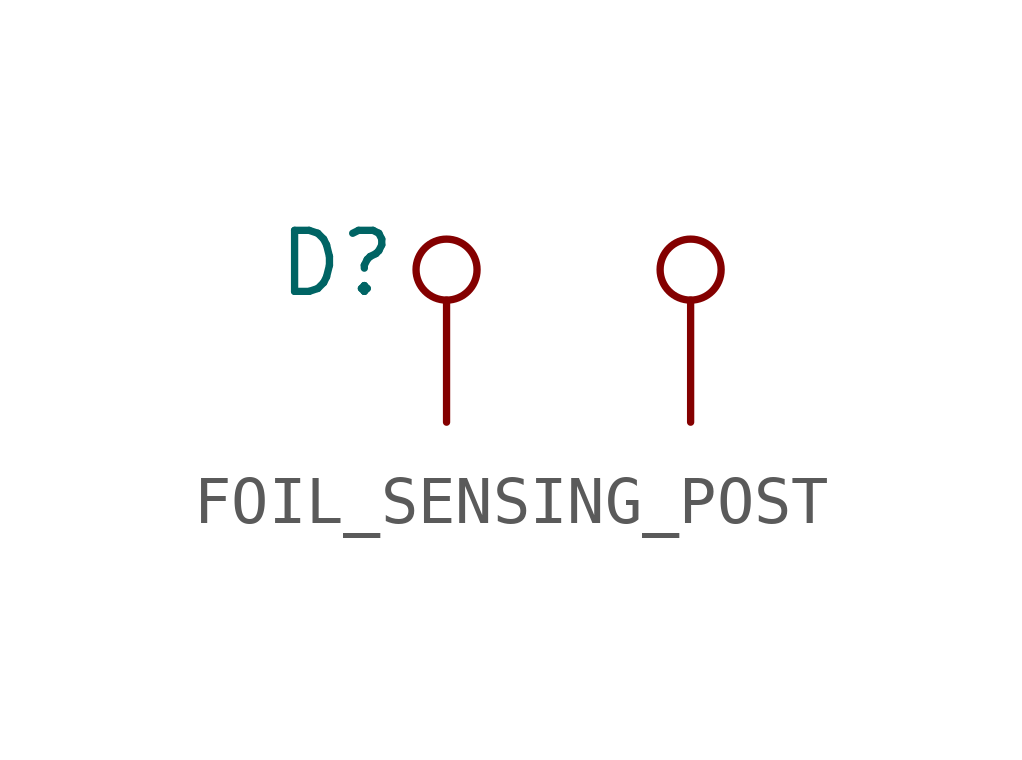
<source format=kicad_sym>
(kicad_symbol_lib
  (version 20241209)
  (generator "kicad_symbol_editor")
  (generator_version "9.0")
  (symbol "FOIL_SENSING_POST"
    (pin_numbers
      (hide yes))
    (pin_names
      (offset 0)
      (hide yes))
    (property "Reference" "D"
      (at -4.826 3.302 0)
      (effects (font (size 1.27 1.27))))
    (property "Value" ""
      (at 0 0 0)
      (effects (font (size 1.27 1.27))))
    (symbol "FOIL_SENSING_POST_0_1"
      (circle (center -2.54 3.175) (radius 0.635) (stroke (width 0) (type default)) (fill (type none)))
      (circle (center 2.54 3.175) (radius 0.635) (stroke (width 0) (type default)) (fill (type none))))
    (symbol "FOIL_SENSING_POST_1_1"
      (pin input line (at -2.54 0 90) (length 2.54) (name "" (effects (font (size 1.27 1.27)))) (number "" (effects (font (size 1.27 1.27)))))
      (pin input line (at 2.54 0 90) (length 2.54) (name "" (effects (font (size 1.27 1.27)))) (number "" (effects (font (size 1.27 1.27))))))))
</source>
